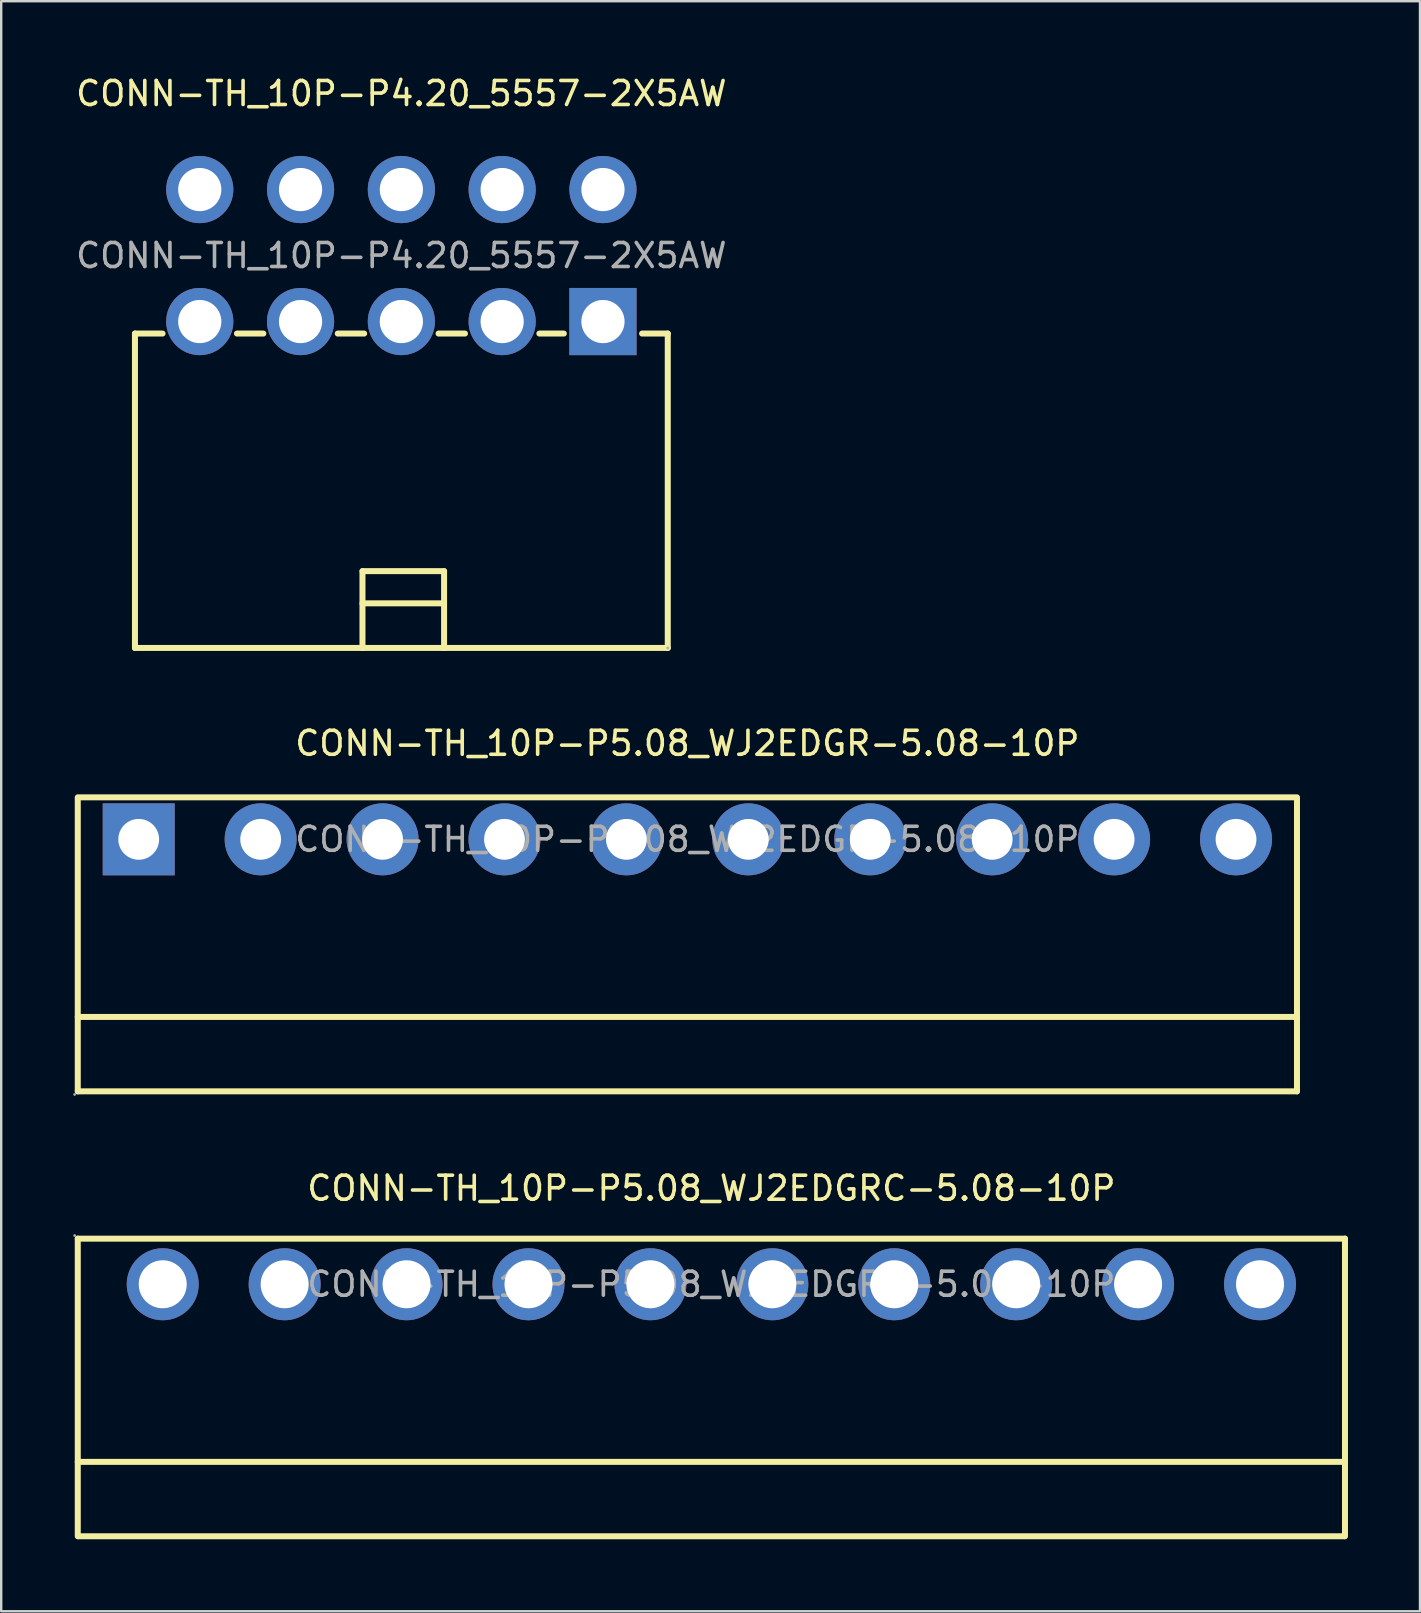
<source format=kicad_pcb>
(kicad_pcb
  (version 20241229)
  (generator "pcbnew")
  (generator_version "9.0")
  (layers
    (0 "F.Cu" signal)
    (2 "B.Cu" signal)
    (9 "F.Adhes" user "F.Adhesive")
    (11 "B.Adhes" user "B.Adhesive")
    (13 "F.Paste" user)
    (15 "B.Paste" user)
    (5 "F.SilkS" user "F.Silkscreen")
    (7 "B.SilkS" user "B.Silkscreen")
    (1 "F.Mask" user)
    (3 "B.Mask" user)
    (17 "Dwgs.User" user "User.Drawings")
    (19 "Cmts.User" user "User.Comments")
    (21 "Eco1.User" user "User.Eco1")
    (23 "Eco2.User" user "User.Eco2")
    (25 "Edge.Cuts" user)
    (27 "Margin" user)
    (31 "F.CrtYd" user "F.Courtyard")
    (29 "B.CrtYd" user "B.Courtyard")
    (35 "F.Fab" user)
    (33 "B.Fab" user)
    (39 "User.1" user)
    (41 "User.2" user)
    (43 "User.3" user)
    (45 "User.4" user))
  (footprint "CONN-TH_10P-P5.08_WJ2EDGRC-5.08-10P"
    (layer "F.Cu")
    (at 26.59 50.46)
    (property "Reference" "CONN-TH_10P-P5.08_WJ2EDGRC-5.08-10P" (at 0 -4 0) (layer "F.SilkS") (effects (font (size 1 1) (thickness 0.15))))
    (attr through_hole)
    (fp_line (start -26.4 -1.9) (end -26.4 10.5) (stroke (width 0.25) (type solid)) (layer "F.SilkS"))
    (fp_line (start -26.4 -1.9) (end 26.4 -1.9) (stroke (width 0.25) (type solid)) (layer "F.SilkS"))
    (fp_line (start -26.4 7.4) (end 26.4 7.4) (stroke (width 0.25) (type solid)) (layer "F.SilkS"))
    (fp_line (start -26.36 10.5) (end 26.36 10.5) (stroke (width 0.25) (type solid)) (layer "F.SilkS"))
    (fp_line (start 26.4 -1.9) (end 26.4 10.5) (stroke (width 0.25) (type solid)) (layer "F.SilkS"))
    (fp_circle (center -26.53 -2.03) (end -26.5 -2.03) (stroke (width 0.06) (type solid)) (fill no) (layer "F.Fab"))
    (fp_circle (center -22.86 0) (end -22.41 0) (stroke (width 0.9) (type solid)) (fill no) (layer "F.Fab"))
    (fp_circle (center -17.78 0) (end -17.33 0) (stroke (width 0.9) (type solid)) (fill no) (layer "F.Fab"))
    (fp_circle (center -12.7 0) (end -12.25 0) (stroke (width 0.9) (type solid)) (fill no) (layer "F.Fab"))
    (fp_circle (center -7.62 0) (end -7.17 0) (stroke (width 0.9) (type solid)) (fill no) (layer "F.Fab"))
    (fp_circle (center -2.54 0) (end -2.09 0) (stroke (width 0.9) (type solid)) (fill no) (layer "F.Fab"))
    (fp_circle (center 2.54 0) (end 2.99 0) (stroke (width 0.9) (type solid)) (fill no) (layer "F.Fab"))
    (fp_circle (center 7.62 0) (end 8.07 0) (stroke (width 0.9) (type solid)) (fill no) (layer "F.Fab"))
    (fp_circle (center 12.7 0) (end 13.15 0) (stroke (width 0.9) (type solid)) (fill no) (layer "F.Fab"))
    (fp_circle (center 17.78 0) (end 18.23 0) (stroke (width 0.9) (type solid)) (fill no) (layer "F.Fab"))
    (fp_circle (center 22.86 0) (end 23.31 0) (stroke (width 0.9) (type solid)) (fill no) (layer "F.Fab"))
    (fp_text user "${REFERENCE}" (at 0 0 0) (layer "F.Fab") (effects (font (size 1 1) (thickness 0.15))))
    (pad "1" thru_hole circle (at -22.86 0) (size 3 3) (drill 2) (layers "*.Cu" "*.Paste" "*.Mask"))
    (pad "2" thru_hole circle (at -17.78 0) (size 3 3) (drill 2) (layers "*.Cu" "*.Paste" "*.Mask"))
    (pad "3" thru_hole circle (at -12.7 0) (size 3 3) (drill 2) (layers "*.Cu" "*.Paste" "*.Mask"))
    (pad "4" thru_hole circle (at -7.62 0) (size 3 3) (drill 2) (layers "*.Cu" "*.Paste" "*.Mask"))
    (pad "5" thru_hole circle (at -2.54 0) (size 3 3) (drill 2) (layers "*.Cu" "*.Paste" "*.Mask"))
    (pad "6" thru_hole circle (at 2.54 0) (size 3 3) (drill 2) (layers "*.Cu" "*.Paste" "*.Mask"))
    (pad "7" thru_hole circle (at 7.62 0) (size 3 3) (drill 2) (layers "*.Cu" "*.Paste" "*.Mask"))
    (pad "8" thru_hole circle (at 12.7 0) (size 3 3) (drill 2) (layers "*.Cu" "*.Paste" "*.Mask"))
    (pad "9" thru_hole circle (at 17.78 0) (size 3 3) (drill 2) (layers "*.Cu" "*.Paste" "*.Mask"))
    (pad "10" thru_hole circle (at 22.86 0) (size 3 3) (drill 2) (layers "*.Cu" "*.Paste" "*.Mask")))
  (footprint "CONN-TH_10P-P4.20_5557-2X5AW"
    (layer "F.Cu")
    (at 13.673 7.598)
    (property "Reference" "CONN-TH_10P-P4.20_5557-2X5AW" (at 0 -6.75 0) (layer "F.SilkS") (effects (font (size 1 1) (thickness 0.15))))
    (attr through_hole)
    (fp_line (start -11.1 3.25) (end -11.1 16.35) (stroke (width 0.25) (type solid)) (layer "F.SilkS"))
    (fp_line (start -11.1 16.35) (end 11.1 16.35) (stroke (width 0.25) (type solid)) (layer "F.SilkS"))
    (fp_line (start -9.95 3.25) (end -11.1 3.25) (stroke (width 0.25) (type solid)) (layer "F.SilkS"))
    (fp_line (start -5.75 3.25) (end -6.85 3.25) (stroke (width 0.25) (type solid)) (layer "F.SilkS"))
    (fp_line (start -1.62 16.35) (end -1.62 13.15) (stroke (width 0.25) (type solid)) (layer "F.SilkS"))
    (fp_line (start -1.55 3.25) (end -2.65 3.25) (stroke (width 0.25) (type solid)) (layer "F.SilkS"))
    (fp_line (start 1.78 13.15) (end -1.62 13.15) (stroke (width 0.25) (type solid)) (layer "F.SilkS"))
    (fp_line (start 1.78 14.49) (end -1.62 14.49) (stroke (width 0.25) (type solid)) (layer "F.SilkS"))
    (fp_line (start 1.78 16.35) (end 1.78 13.15) (stroke (width 0.25) (type solid)) (layer "F.SilkS"))
    (fp_line (start 2.65 3.25) (end 1.55 3.25) (stroke (width 0.25) (type solid)) (layer "F.SilkS"))
    (fp_line (start 6.77 3.25) (end 5.75 3.25) (stroke (width 0.25) (type solid)) (layer "F.SilkS"))
    (fp_line (start 11.1 3.25) (end 10.03 3.25) (stroke (width 0.25) (type solid)) (layer "F.SilkS"))
    (fp_line (start 11.1 16.35) (end 11.1 3.25) (stroke (width 0.25) (type solid)) (layer "F.SilkS"))
    (fp_circle (center 11.1 16.35) (end 11.13 16.35) (stroke (width 0.06) (type solid)) (fill no) (layer "F.Fab"))
    (fp_text user "${REFERENCE}" (at 0 0 0) (layer "F.Fab") (effects (font (size 1 1) (thickness 0.15))))
    (pad "1" thru_hole rect (at 8.4 2.75) (size 2.8 2.8) (drill 1.8) (layers "*.Cu" "*.Paste" "*.Mask"))
    (pad "2" thru_hole circle (at 4.2 2.75) (size 2.8 2.8) (drill 1.8) (layers "*.Cu" "*.Paste" "*.Mask"))
    (pad "3" thru_hole circle (at 0 2.75) (size 2.8 2.8) (drill 1.8) (layers "*.Cu" "*.Paste" "*.Mask"))
    (pad "4" thru_hole circle (at -4.2 2.75) (size 2.8 2.8) (drill 1.8) (layers "*.Cu" "*.Paste" "*.Mask"))
    (pad "5" thru_hole circle (at -8.4 2.75) (size 2.8 2.8) (drill 1.8) (layers "*.Cu" "*.Paste" "*.Mask"))
    (pad "6" thru_hole circle (at 8.4 -2.75) (size 2.8 2.8) (drill 1.8) (layers "*.Cu" "*.Paste" "*.Mask"))
    (pad "7" thru_hole circle (at 4.2 -2.75) (size 2.8 2.8) (drill 1.8) (layers "*.Cu" "*.Paste" "*.Mask"))
    (pad "8" thru_hole circle (at 0 -2.75) (size 2.8 2.8) (drill 1.8) (layers "*.Cu" "*.Paste" "*.Mask"))
    (pad "9" thru_hole circle (at -4.2 -2.75) (size 2.8 2.8) (drill 1.8) (layers "*.Cu" "*.Paste" "*.Mask"))
    (pad "10" thru_hole circle (at -8.4 -2.75) (size 2.8 2.8) (drill 1.8) (layers "*.Cu" "*.Paste" "*.Mask")))
  (footprint "CONN-TH_10P-P5.08_WJ2EDGR-5.08-10P"
    (layer "F.Cu")
    (at 25.59 31.922)
    (property "Reference" "CONN-TH_10P-P5.08_WJ2EDGR-5.08-10P" (at 0 -4 0) (layer "F.SilkS") (effects (font (size 1 1) (thickness 0.15))))
    (attr through_hole)
    (fp_line (start -25.4 7.4) (end 25.4 7.4) (stroke (width 0.25) (type solid)) (layer "F.SilkS"))
    (fp_line (start -25.4 10.5) (end -25.4 -1.7) (stroke (width 0.25) (type solid)) (layer "F.SilkS"))
    (fp_line (start -25.4 10.5) (end 25.4 10.5) (stroke (width 0.25) (type solid)) (layer "F.SilkS"))
    (fp_line (start 25.4 -1.75) (end -25.4 -1.75) (stroke (width 0.25) (type solid)) (layer "F.SilkS"))
    (fp_line (start 25.4 10.5) (end 25.4 -1.7) (stroke (width 0.25) (type solid)) (layer "F.SilkS"))
    (fp_circle (center -25.53 10.63) (end -25.5 10.63) (stroke (width 0.06) (type solid)) (fill no) (layer "F.Fab"))
    (fp_circle (center -22.86 0) (end -22.48 0) (stroke (width 0.75) (type solid)) (fill no) (layer "F.Fab"))
    (fp_circle (center -17.78 0) (end -17.4 0) (stroke (width 0.75) (type solid)) (fill no) (layer "F.Fab"))
    (fp_circle (center -12.7 0) (end -12.32 0) (stroke (width 0.75) (type solid)) (fill no) (layer "F.Fab"))
    (fp_circle (center -7.62 0) (end -7.24 0) (stroke (width 0.75) (type solid)) (fill no) (layer "F.Fab"))
    (fp_circle (center -2.54 0) (end -2.16 0) (stroke (width 0.75) (type solid)) (fill no) (layer "F.Fab"))
    (fp_circle (center 2.54 0) (end 2.92 0) (stroke (width 0.75) (type solid)) (fill no) (layer "F.Fab"))
    (fp_circle (center 7.62 0) (end 8 0) (stroke (width 0.75) (type solid)) (fill no) (layer "F.Fab"))
    (fp_circle (center 12.7 0) (end 13.08 0) (stroke (width 0.75) (type solid)) (fill no) (layer "F.Fab"))
    (fp_circle (center 17.78 0) (end 18.16 0) (stroke (width 0.75) (type solid)) (fill no) (layer "F.Fab"))
    (fp_circle (center 22.86 0) (end 23.24 0) (stroke (width 0.75) (type solid)) (fill no) (layer "F.Fab"))
    (fp_text user "${REFERENCE}" (at 0 0 0) (layer "F.Fab") (effects (font (size 1 1) (thickness 0.15))))
    (pad "1" thru_hole rect (at -22.86 0) (size 3 3) (drill 1.7) (layers "*.Cu" "*.Paste" "*.Mask"))
    (pad "2" thru_hole circle (at -17.78 0) (size 3 3) (drill 1.7) (layers "*.Cu" "*.Paste" "*.Mask"))
    (pad "3" thru_hole circle (at -12.7 0) (size 3 3) (drill 1.7) (layers "*.Cu" "*.Paste" "*.Mask"))
    (pad "4" thru_hole circle (at -7.62 0) (size 3 3) (drill 1.7) (layers "*.Cu" "*.Paste" "*.Mask"))
    (pad "5" thru_hole circle (at -2.54 0) (size 3 3) (drill 1.7) (layers "*.Cu" "*.Paste" "*.Mask"))
    (pad "6" thru_hole circle (at 2.54 0) (size 3 3) (drill 1.7) (layers "*.Cu" "*.Paste" "*.Mask"))
    (pad "7" thru_hole circle (at 7.62 0) (size 3 3) (drill 1.7) (layers "*.Cu" "*.Paste" "*.Mask"))
    (pad "8" thru_hole circle (at 12.7 0) (size 3 3) (drill 1.7) (layers "*.Cu" "*.Paste" "*.Mask"))
    (pad "9" thru_hole circle (at 17.78 0) (size 3 3) (drill 1.7) (layers "*.Cu" "*.Paste" "*.Mask"))
    (pad "10" thru_hole circle (at 22.86 0) (size 3 3) (drill 1.7) (layers "*.Cu" "*.Paste" "*.Mask")))
  (gr_rect
    (start -3 -3)
    (end 56.115 64.085)
    (stroke (width 0.1) (type default))
    (fill no)
    (layer "Edge.Cuts")))
</source>
